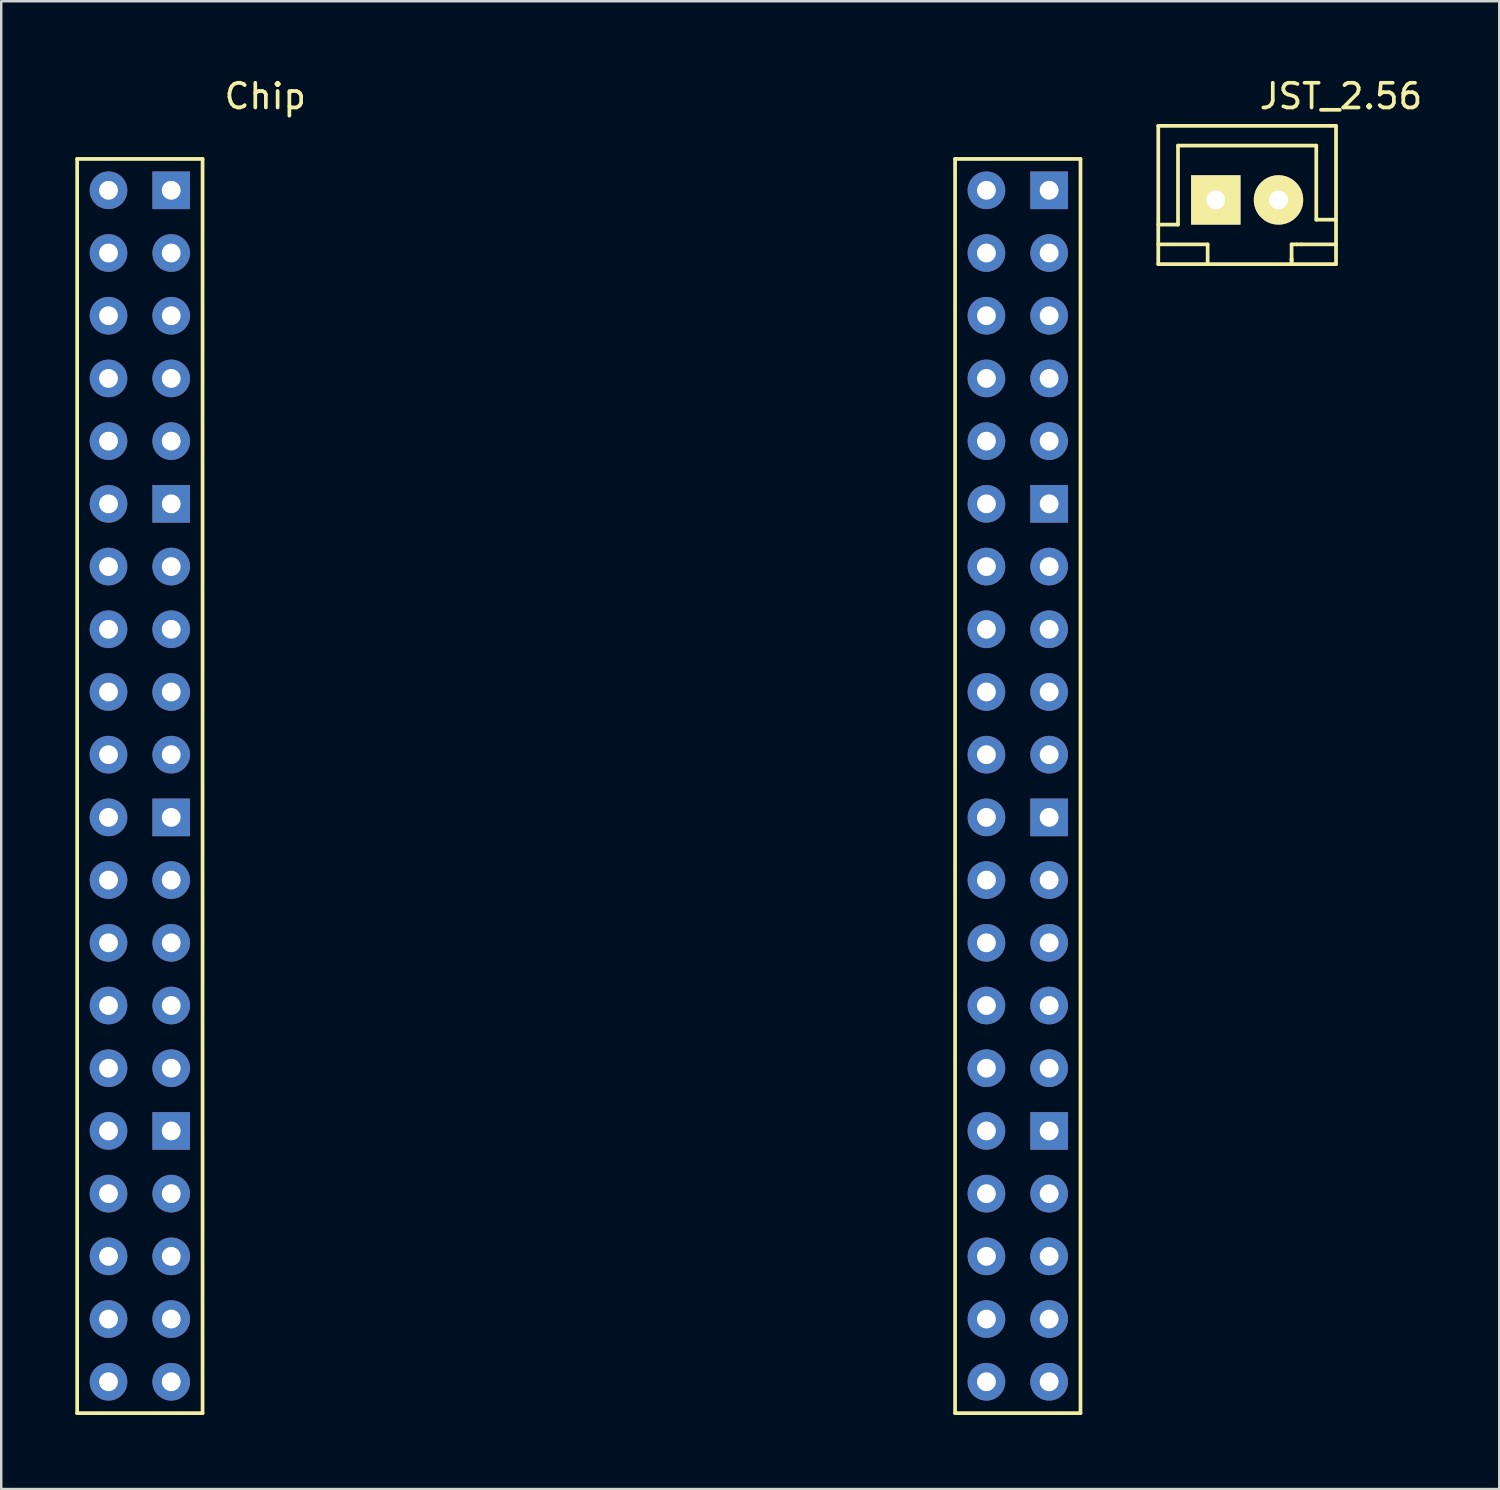
<source format=kicad_pcb>
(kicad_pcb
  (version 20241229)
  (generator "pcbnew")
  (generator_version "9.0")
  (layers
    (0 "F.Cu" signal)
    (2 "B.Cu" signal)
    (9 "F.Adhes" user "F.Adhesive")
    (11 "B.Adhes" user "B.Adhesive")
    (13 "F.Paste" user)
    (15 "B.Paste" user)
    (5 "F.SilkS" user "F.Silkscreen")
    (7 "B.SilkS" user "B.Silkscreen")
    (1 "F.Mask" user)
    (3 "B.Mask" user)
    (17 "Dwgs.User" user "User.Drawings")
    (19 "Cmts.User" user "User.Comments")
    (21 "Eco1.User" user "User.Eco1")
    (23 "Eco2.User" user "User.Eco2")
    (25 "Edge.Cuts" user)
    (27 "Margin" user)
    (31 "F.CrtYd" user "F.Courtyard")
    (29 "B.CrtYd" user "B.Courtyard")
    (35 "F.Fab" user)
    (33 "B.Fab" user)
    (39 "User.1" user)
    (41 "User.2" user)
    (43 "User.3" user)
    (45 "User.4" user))
  (footprint "JST_2.56"
    (layer "F.Cu")
    (at 47.465 5.048)
    (property "Reference" "JST_2.56" (at 3.8 -4.2 0) (layer "F.SilkS") (effects (font (size 1 1) (thickness 0.15))))
    (attr through_hole)
    (fp_line (start -3.6 -3) (end 3.6 -3) (stroke (width 0.15) (type solid)) (layer "F.SilkS"))
    (fp_line (start -3.6 1) (end -2.8 1) (stroke (width 0.15) (type solid)) (layer "F.SilkS"))
    (fp_line (start -3.6 1.8) (end -1.6 1.8) (stroke (width 0.15) (type solid)) (layer "F.SilkS"))
    (fp_line (start -3.6 2.6) (end -3.6 -3) (stroke (width 0.15) (type solid)) (layer "F.SilkS"))
    (fp_line (start -2.8 -2.2) (end 2.8 -2.2) (stroke (width 0.15) (type solid)) (layer "F.SilkS"))
    (fp_line (start -2.8 1) (end -2.8 -2.2) (stroke (width 0.15) (type solid)) (layer "F.SilkS"))
    (fp_line (start -1.6 1.8) (end -1.6 2.6) (stroke (width 0.15) (type solid)) (layer "F.SilkS"))
    (fp_line (start 1.8 1.8) (end 1.8 2.4) (stroke (width 0.15) (type solid)) (layer "F.SilkS"))
    (fp_line (start 1.8 2.4) (end 1.8 2.6) (stroke (width 0.15) (type solid)) (layer "F.SilkS"))
    (fp_line (start 1.8 2.6) (end 1.8 2.4) (stroke (width 0.15) (type solid)) (layer "F.SilkS"))
    (fp_line (start 2 1.8) (end 1.8 1.8) (stroke (width 0.15) (type solid)) (layer "F.SilkS"))
    (fp_line (start 2.2 1.8) (end 2 1.8) (stroke (width 0.15) (type solid)) (layer "F.SilkS"))
    (fp_line (start 2.8 -2.2) (end 2.8 0.8) (stroke (width 0.15) (type solid)) (layer "F.SilkS"))
    (fp_line (start 2.8 0.8) (end 3.6 0.8) (stroke (width 0.15) (type solid)) (layer "F.SilkS"))
    (fp_line (start 3.6 -3) (end 3.6 2.6) (stroke (width 0.15) (type solid)) (layer "F.SilkS"))
    (fp_line (start 3.6 1.8) (end 2.2 1.8) (stroke (width 0.15) (type solid)) (layer "F.SilkS"))
    (fp_line (start 3.6 2.6) (end -3.6 2.6) (stroke (width 0.15) (type solid)) (layer "F.SilkS"))
    (pad "1" thru_hole rect (at -1.27 0) (size 2 2) (drill 0.762) (layers "*.Cu" "*.Mask" "F.SilkS"))
    (pad "2" thru_hole circle (at 1.27 0) (size 2 2) (drill 0.762) (layers "*.Cu" "*.Mask" "F.SilkS")))
  (footprint "Chip"
    (layer "F.Cu")
    (at 20.395 28.788)
    (property "Reference" "Chip" (at -12.7 -27.94 0) (layer "F.SilkS") (effects (font (size 1 1) (thickness 0.15))))
    (attr through_hole)
    (fp_line (start -20.32 -25.4) (end -15.24 -25.4) (stroke (width 0.15) (type solid)) (layer "F.SilkS"))
    (fp_line (start -20.32 25.4) (end -20.32 -25.4) (stroke (width 0.15) (type solid)) (layer "F.SilkS"))
    (fp_line (start -15.24 -25.4) (end -15.24 25.4) (stroke (width 0.15) (type solid)) (layer "F.SilkS"))
    (fp_line (start -15.24 25.4) (end -20.32 25.4) (stroke (width 0.15) (type solid)) (layer "F.SilkS"))
    (fp_line (start 15.24 -25.4) (end 20.32 -25.4) (stroke (width 0.15) (type solid)) (layer "F.SilkS"))
    (fp_line (start 15.24 25.4) (end 15.24 -25.4) (stroke (width 0.15) (type solid)) (layer "F.SilkS"))
    (fp_line (start 20.32 -25.4) (end 20.32 25.4) (stroke (width 0.15) (type solid)) (layer "F.SilkS"))
    (fp_line (start 20.32 25.4) (end 15.24 25.4) (stroke (width 0.15) (type solid)) (layer "F.SilkS"))
    (pad "1" thru_hole rect (at 19.05 -24.13) (size 1.524 1.524) (drill 0.762) (layers "*.Cu" "*.Mask"))
    (pad "2" thru_hole circle (at 16.51 -24.13) (size 1.524 1.524) (drill 0.762) (layers "*.Cu" "*.Mask"))
    (pad "3" thru_hole circle (at 19.05 -21.59) (size 1.524 1.524) (drill 0.762) (layers "*.Cu" "*.Mask"))
    (pad "4" thru_hole circle (at 16.51 -21.59) (size 1.524 1.524) (drill 0.762) (layers "*.Cu" "*.Mask"))
    (pad "5" thru_hole circle (at 19.05 -19.05) (size 1.524 1.524) (drill 0.762) (layers "*.Cu" "*.Mask"))
    (pad "6" thru_hole circle (at 16.51 -19.05) (size 1.524 1.524) (drill 0.762) (layers "*.Cu" "*.Mask"))
    (pad "7" thru_hole circle (at 19.05 -16.51) (size 1.524 1.524) (drill 0.762) (layers "*.Cu" "*.Mask"))
    (pad "8" thru_hole circle (at 16.51 -16.51) (size 1.524 1.524) (drill 0.762) (layers "*.Cu" "*.Mask"))
    (pad "9" thru_hole circle (at 19.05 -13.97) (size 1.524 1.524) (drill 0.762) (layers "*.Cu" "*.Mask"))
    (pad "10" thru_hole circle (at 16.51 -13.97) (size 1.524 1.524) (drill 0.762) (layers "*.Cu" "*.Mask"))
    (pad "11" thru_hole rect (at 19.05 -11.43) (size 1.524 1.524) (drill 0.762) (layers "*.Cu" "*.Mask"))
    (pad "12" thru_hole circle (at 16.51 -11.43) (size 1.524 1.524) (drill 0.762) (layers "*.Cu" "*.Mask"))
    (pad "13" thru_hole circle (at 19.05 -8.89) (size 1.524 1.524) (drill 0.762) (layers "*.Cu" "*.Mask"))
    (pad "14" thru_hole circle (at 16.51 -8.89) (size 1.524 1.524) (drill 0.762) (layers "*.Cu" "*.Mask"))
    (pad "15" thru_hole circle (at 19.05 -6.35) (size 1.524 1.524) (drill 0.762) (layers "*.Cu" "*.Mask"))
    (pad "16" thru_hole circle (at 16.51 -6.35) (size 1.524 1.524) (drill 0.762) (layers "*.Cu" "*.Mask"))
    (pad "17" thru_hole circle (at 19.05 -3.81) (size 1.524 1.524) (drill 0.762) (layers "*.Cu" "*.Mask"))
    (pad "18" thru_hole circle (at 16.51 -3.81) (size 1.524 1.524) (drill 0.762) (layers "*.Cu" "*.Mask"))
    (pad "19" thru_hole circle (at 19.05 -1.27) (size 1.524 1.524) (drill 0.762) (layers "*.Cu" "*.Mask"))
    (pad "20" thru_hole circle (at 16.51 -1.27) (size 1.524 1.524) (drill 0.762) (layers "*.Cu" "*.Mask"))
    (pad "21" thru_hole rect (at 19.05 1.27) (size 1.524 1.524) (drill 0.762) (layers "*.Cu" "*.Mask"))
    (pad "22" thru_hole circle (at 16.51 1.27) (size 1.524 1.524) (drill 0.762) (layers "*.Cu" "*.Mask"))
    (pad "23" thru_hole circle (at 19.05 3.81) (size 1.524 1.524) (drill 0.762) (layers "*.Cu" "*.Mask"))
    (pad "24" thru_hole circle (at 16.51 3.81) (size 1.524 1.524) (drill 0.762) (layers "*.Cu" "*.Mask"))
    (pad "25" thru_hole circle (at 19.05 6.35) (size 1.524 1.524) (drill 0.762) (layers "*.Cu" "*.Mask"))
    (pad "26" thru_hole circle (at 16.51 6.35) (size 1.524 1.524) (drill 0.762) (layers "*.Cu" "*.Mask"))
    (pad "27" thru_hole circle (at 19.05 8.89) (size 1.524 1.524) (drill 0.762) (layers "*.Cu" "*.Mask"))
    (pad "28" thru_hole circle (at 16.51 8.89) (size 1.524 1.524) (drill 0.762) (layers "*.Cu" "*.Mask"))
    (pad "29" thru_hole circle (at 19.05 11.43) (size 1.524 1.524) (drill 0.762) (layers "*.Cu" "*.Mask"))
    (pad "30" thru_hole circle (at 16.51 11.43) (size 1.524 1.524) (drill 0.762) (layers "*.Cu" "*.Mask"))
    (pad "31" thru_hole rect (at 19.05 13.97) (size 1.524 1.524) (drill 0.762) (layers "*.Cu" "*.Mask"))
    (pad "32" thru_hole circle (at 16.51 13.97) (size 1.524 1.524) (drill 0.762) (layers "*.Cu" "*.Mask"))
    (pad "33" thru_hole circle (at 19.05 16.51) (size 1.524 1.524) (drill 0.762) (layers "*.Cu" "*.Mask"))
    (pad "34" thru_hole circle (at 16.51 16.51) (size 1.524 1.524) (drill 0.762) (layers "*.Cu" "*.Mask"))
    (pad "35" thru_hole circle (at 19.05 19.05) (size 1.524 1.524) (drill 0.762) (layers "*.Cu" "*.Mask"))
    (pad "36" thru_hole circle (at 16.51 19.05) (size 1.524 1.524) (drill 0.762) (layers "*.Cu" "*.Mask"))
    (pad "37" thru_hole circle (at 19.05 21.59) (size 1.524 1.524) (drill 0.762) (layers "*.Cu" "*.Mask"))
    (pad "38" thru_hole circle (at 16.51 21.59) (size 1.524 1.524) (drill 0.762) (layers "*.Cu" "*.Mask"))
    (pad "39" thru_hole circle (at 19.05 24.13) (size 1.524 1.524) (drill 0.762) (layers "*.Cu" "*.Mask"))
    (pad "40" thru_hole circle (at 16.51 24.13) (size 1.524 1.524) (drill 0.762) (layers "*.Cu" "*.Mask"))
    (pad "101" thru_hole rect (at -16.51 -24.13) (size 1.524 1.524) (drill 0.762) (layers "*.Cu" "*.Mask"))
    (pad "102" thru_hole circle (at -19.05 -24.13) (size 1.524 1.524) (drill 0.762) (layers "*.Cu" "*.Mask"))
    (pad "103" thru_hole circle (at -16.51 -21.59) (size 1.524 1.524) (drill 0.762) (layers "*.Cu" "*.Mask"))
    (pad "104" thru_hole circle (at -19.05 -21.59) (size 1.524 1.524) (drill 0.762) (layers "*.Cu" "*.Mask"))
    (pad "105" thru_hole circle (at -16.51 -19.05) (size 1.524 1.524) (drill 0.762) (layers "*.Cu" "*.Mask"))
    (pad "106" thru_hole circle (at -19.05 -19.05) (size 1.524 1.524) (drill 0.762) (layers "*.Cu" "*.Mask"))
    (pad "107" thru_hole circle (at -16.51 -16.51) (size 1.524 1.524) (drill 0.762) (layers "*.Cu" "*.Mask"))
    (pad "108" thru_hole circle (at -19.05 -16.51) (size 1.524 1.524) (drill 0.762) (layers "*.Cu" "*.Mask"))
    (pad "109" thru_hole circle (at -16.51 -13.97) (size 1.524 1.524) (drill 0.762) (layers "*.Cu" "*.Mask"))
    (pad "110" thru_hole circle (at -19.05 -13.97) (size 1.524 1.524) (drill 0.762) (layers "*.Cu" "*.Mask"))
    (pad "111" thru_hole rect (at -16.51 -11.43) (size 1.524 1.524) (drill 0.762) (layers "*.Cu" "*.Mask"))
    (pad "112" thru_hole circle (at -19.05 -11.43) (size 1.524 1.524) (drill 0.762) (layers "*.Cu" "*.Mask"))
    (pad "113" thru_hole circle (at -16.51 -8.89) (size 1.524 1.524) (drill 0.762) (layers "*.Cu" "*.Mask"))
    (pad "114" thru_hole circle (at -19.05 -8.89) (size 1.524 1.524) (drill 0.762) (layers "*.Cu" "*.Mask"))
    (pad "115" thru_hole circle (at -16.51 -6.35) (size 1.524 1.524) (drill 0.762) (layers "*.Cu" "*.Mask"))
    (pad "116" thru_hole circle (at -19.05 -6.35) (size 1.524 1.524) (drill 0.762) (layers "*.Cu" "*.Mask"))
    (pad "117" thru_hole circle (at -16.51 -3.81) (size 1.524 1.524) (drill 0.762) (layers "*.Cu" "*.Mask"))
    (pad "118" thru_hole circle (at -19.05 -3.81) (size 1.524 1.524) (drill 0.762) (layers "*.Cu" "*.Mask"))
    (pad "119" thru_hole circle (at -16.51 -1.27) (size 1.524 1.524) (drill 0.762) (layers "*.Cu" "*.Mask"))
    (pad "120" thru_hole circle (at -19.05 -1.27) (size 1.524 1.524) (drill 0.762) (layers "*.Cu" "*.Mask"))
    (pad "121" thru_hole rect (at -16.51 1.27) (size 1.524 1.524) (drill 0.762) (layers "*.Cu" "*.Mask"))
    (pad "122" thru_hole circle (at -19.05 1.27) (size 1.524 1.524) (drill 0.762) (layers "*.Cu" "*.Mask"))
    (pad "123" thru_hole circle (at -16.51 3.81) (size 1.524 1.524) (drill 0.762) (layers "*.Cu" "*.Mask"))
    (pad "124" thru_hole circle (at -19.05 3.81) (size 1.524 1.524) (drill 0.762) (layers "*.Cu" "*.Mask"))
    (pad "125" thru_hole circle (at -16.51 6.35) (size 1.524 1.524) (drill 0.762) (layers "*.Cu" "*.Mask"))
    (pad "126" thru_hole circle (at -19.05 6.35) (size 1.524 1.524) (drill 0.762) (layers "*.Cu" "*.Mask"))
    (pad "127" thru_hole circle (at -16.51 8.89) (size 1.524 1.524) (drill 0.762) (layers "*.Cu" "*.Mask"))
    (pad "128" thru_hole circle (at -19.05 8.89) (size 1.524 1.524) (drill 0.762) (layers "*.Cu" "*.Mask"))
    (pad "129" thru_hole circle (at -16.51 11.43) (size 1.524 1.524) (drill 0.762) (layers "*.Cu" "*.Mask"))
    (pad "130" thru_hole circle (at -19.05 11.43) (size 1.524 1.524) (drill 0.762) (layers "*.Cu" "*.Mask"))
    (pad "131" thru_hole rect (at -16.51 13.97) (size 1.524 1.524) (drill 0.762) (layers "*.Cu" "*.Mask"))
    (pad "132" thru_hole circle (at -19.05 13.97) (size 1.524 1.524) (drill 0.762) (layers "*.Cu" "*.Mask"))
    (pad "133" thru_hole circle (at -16.51 16.51) (size 1.524 1.524) (drill 0.762) (layers "*.Cu" "*.Mask"))
    (pad "134" thru_hole circle (at -19.05 16.51) (size 1.524 1.524) (drill 0.762) (layers "*.Cu" "*.Mask"))
    (pad "135" thru_hole circle (at -16.51 19.05) (size 1.524 1.524) (drill 0.762) (layers "*.Cu" "*.Mask"))
    (pad "136" thru_hole circle (at -19.05 19.05) (size 1.524 1.524) (drill 0.762) (layers "*.Cu" "*.Mask"))
    (pad "137" thru_hole circle (at -16.51 21.59) (size 1.524 1.524) (drill 0.762) (layers "*.Cu" "*.Mask"))
    (pad "138" thru_hole circle (at -19.05 21.59) (size 1.524 1.524) (drill 0.762) (layers "*.Cu" "*.Mask"))
    (pad "139" thru_hole circle (at -16.51 24.13) (size 1.524 1.524) (drill 0.762) (layers "*.Cu" "*.Mask"))
    (pad "140" thru_hole circle (at -19.05 24.13) (size 1.524 1.524) (drill 0.762) (layers "*.Cu" "*.Mask")))
  (gr_rect
    (start -3 -3)
    (end 57.676 57.263)
    (stroke (width 0.1) (type default))
    (fill no)
    (layer "Edge.Cuts")))
</source>
